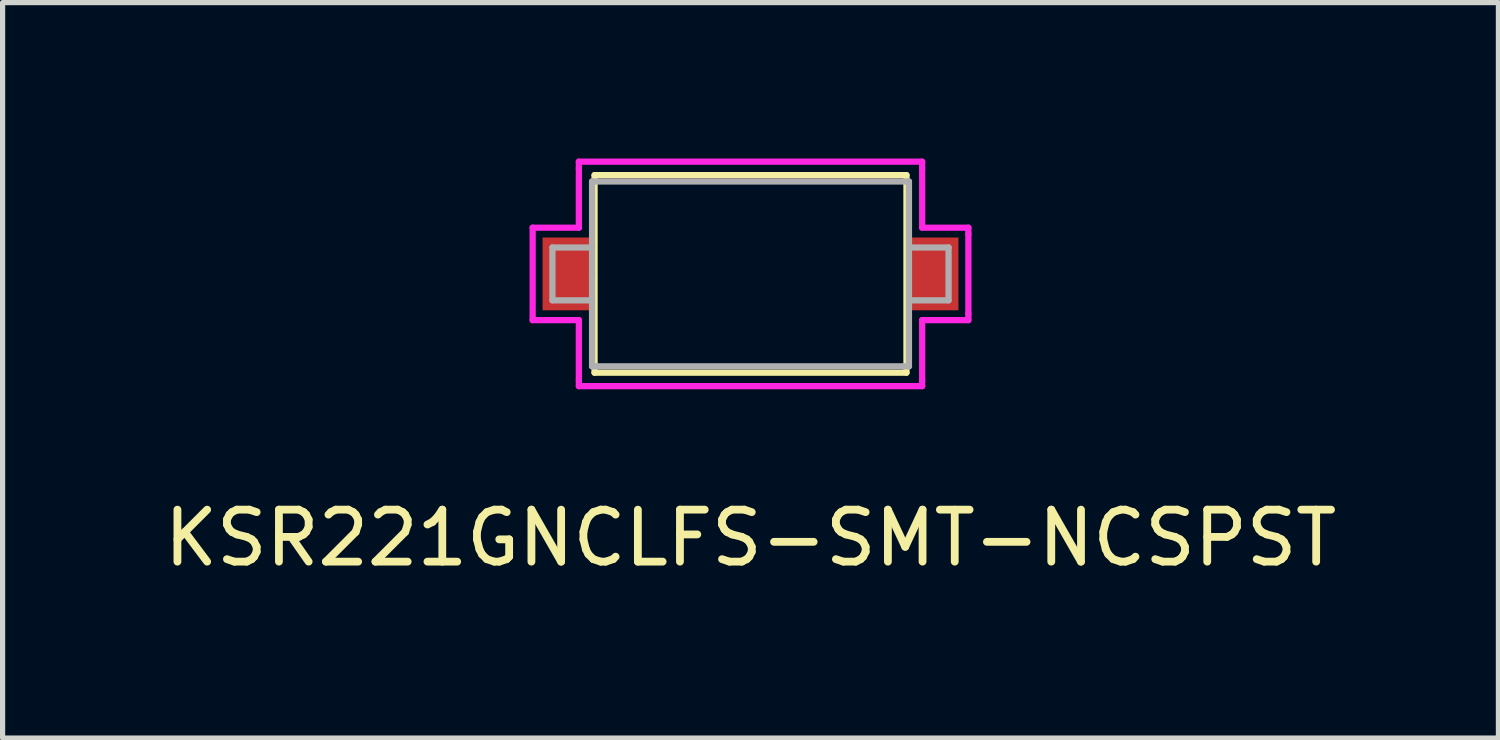
<source format=kicad_pcb>
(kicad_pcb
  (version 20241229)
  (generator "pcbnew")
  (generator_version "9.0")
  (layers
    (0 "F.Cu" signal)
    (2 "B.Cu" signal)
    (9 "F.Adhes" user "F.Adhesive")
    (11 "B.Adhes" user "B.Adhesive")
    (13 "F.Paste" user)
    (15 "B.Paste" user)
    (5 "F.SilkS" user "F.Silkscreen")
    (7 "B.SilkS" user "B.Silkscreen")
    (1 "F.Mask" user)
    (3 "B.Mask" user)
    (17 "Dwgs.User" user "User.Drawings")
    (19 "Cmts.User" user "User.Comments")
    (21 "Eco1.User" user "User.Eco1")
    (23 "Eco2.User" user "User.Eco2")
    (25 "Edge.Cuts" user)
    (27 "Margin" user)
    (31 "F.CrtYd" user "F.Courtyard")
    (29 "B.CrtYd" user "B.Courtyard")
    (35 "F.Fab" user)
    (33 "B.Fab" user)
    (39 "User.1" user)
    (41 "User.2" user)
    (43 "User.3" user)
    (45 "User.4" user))
  (footprint "KSR221GNCLFS-SMT-NCSPST"
    (layer "F.Cu")
    (at 11.387 2.219)
    (property "Reference" "KSR221GNCLFS-SMT-NCSPST" (at 0 5.08 0) (layer "F.SilkS") (effects (font (size 1 1) (thickness 0.15))))
    (attr through_hole)
    (fp_line (start -3 -1.9) (end 3 -1.9) (stroke (width 0.12) (type solid)) (layer "F.SilkS"))
    (fp_line (start -3 1.9) (end -3 -1.9) (stroke (width 0.12) (type solid)) (layer "F.SilkS"))
    (fp_line (start -3 1.9) (end 3 1.9) (stroke (width 0.12) (type solid)) (layer "F.SilkS"))
    (fp_line (start 3 -1.9) (end 3 1.9) (stroke (width 0.12) (type solid)) (layer "F.SilkS"))
    (fp_line (start -4.191 -0.889) (end -3.302 -0.889) (stroke (width 0.12) (type solid)) (layer "F.CrtYd"))
    (fp_line (start -4.191 0.889) (end -4.191 -0.889) (stroke (width 0.12) (type solid)) (layer "F.CrtYd"))
    (fp_line (start -3.302 -2.159) (end -3.302 -2.032) (stroke (width 0.12) (type solid)) (layer "F.CrtYd"))
    (fp_line (start -3.302 -0.889) (end -3.302 -2.032) (stroke (width 0.12) (type solid)) (layer "F.CrtYd"))
    (fp_line (start -3.302 0.889) (end -4.191 0.889) (stroke (width 0.12) (type solid)) (layer "F.CrtYd"))
    (fp_line (start -3.302 2.032) (end -3.302 0.889) (stroke (width 0.12) (type solid)) (layer "F.CrtYd"))
    (fp_line (start -3.302 2.032) (end -3.302 2.159) (stroke (width 0.12) (type solid)) (layer "F.CrtYd"))
    (fp_line (start -3.302 2.159) (end 3.302 2.159) (stroke (width 0.12) (type solid)) (layer "F.CrtYd"))
    (fp_line (start 3.302 -2.159) (end -3.302 -2.159) (stroke (width 0.12) (type solid)) (layer "F.CrtYd"))
    (fp_line (start 3.302 -2.032) (end 3.302 -2.159) (stroke (width 0.12) (type solid)) (layer "F.CrtYd"))
    (fp_line (start 3.302 -0.889) (end 3.302 -2.032) (stroke (width 0.12) (type solid)) (layer "F.CrtYd"))
    (fp_line (start 3.302 0.889) (end 3.302 2.032) (stroke (width 0.12) (type solid)) (layer "F.CrtYd"))
    (fp_line (start 3.302 2.159) (end 3.302 2.032) (stroke (width 0.12) (type solid)) (layer "F.CrtYd"))
    (fp_line (start 4.191 -0.889) (end 3.302 -0.889) (stroke (width 0.12) (type solid)) (layer "F.CrtYd"))
    (fp_line (start 4.191 -0.762) (end 4.191 -0.889) (stroke (width 0.12) (type solid)) (layer "F.CrtYd"))
    (fp_line (start 4.191 -0.762) (end 4.191 0.762) (stroke (width 0.12) (type solid)) (layer "F.CrtYd"))
    (fp_line (start 4.191 0.762) (end 4.191 0.889) (stroke (width 0.12) (type solid)) (layer "F.CrtYd"))
    (fp_line (start 4.191 0.889) (end 3.302 0.889) (stroke (width 0.12) (type solid)) (layer "F.CrtYd"))
    (fp_line (start -3.81 -0.508) (end -3.81 0.508) (stroke (width 0.12) (type solid)) (layer "F.Fab"))
    (fp_line (start -3.81 0.508) (end -3.048 0.508) (stroke (width 0.12) (type solid)) (layer "F.Fab"))
    (fp_line (start -3.048 -1.778) (end 3.048 -1.778) (stroke (width 0.12) (type solid)) (layer "F.Fab"))
    (fp_line (start -3.048 -0.508) (end -3.81 -0.508) (stroke (width 0.12) (type solid)) (layer "F.Fab"))
    (fp_line (start -3.048 0) (end -3.048 -1.778) (stroke (width 0.12) (type solid)) (layer "F.Fab"))
    (fp_line (start -3.048 1.778) (end -3.048 0) (stroke (width 0.12) (type solid)) (layer "F.Fab"))
    (fp_line (start 3.048 -1.778) (end 3.048 1.778) (stroke (width 0.12) (type solid)) (layer "F.Fab"))
    (fp_line (start 3.048 -0.508) (end 3.81 -0.508) (stroke (width 0.12) (type solid)) (layer "F.Fab"))
    (fp_line (start 3.048 1.778) (end -3.048 1.778) (stroke (width 0.12) (type solid)) (layer "F.Fab"))
    (fp_line (start 3.81 -0.508) (end 3.81 0.508) (stroke (width 0.12) (type solid)) (layer "F.Fab"))
    (fp_line (start 3.81 0.508) (end 3.048 0.508) (stroke (width 0.12) (type solid)) (layer "F.Fab"))
    (pad "1" smd rect (at -3.5 0) (size 1 1.4) (layers "F.Cu" "F.Mask" "F.Paste"))
    (pad "2" smd rect (at 3.5 0) (size 1 1.4) (layers "F.Cu" "F.Mask" "F.Paste")))
  (gr_rect
    (start -3 -3)
    (end 25.774 11.147)
    (stroke (width 0.1) (type default))
    (fill no)
    (layer "Edge.Cuts")))
</source>
